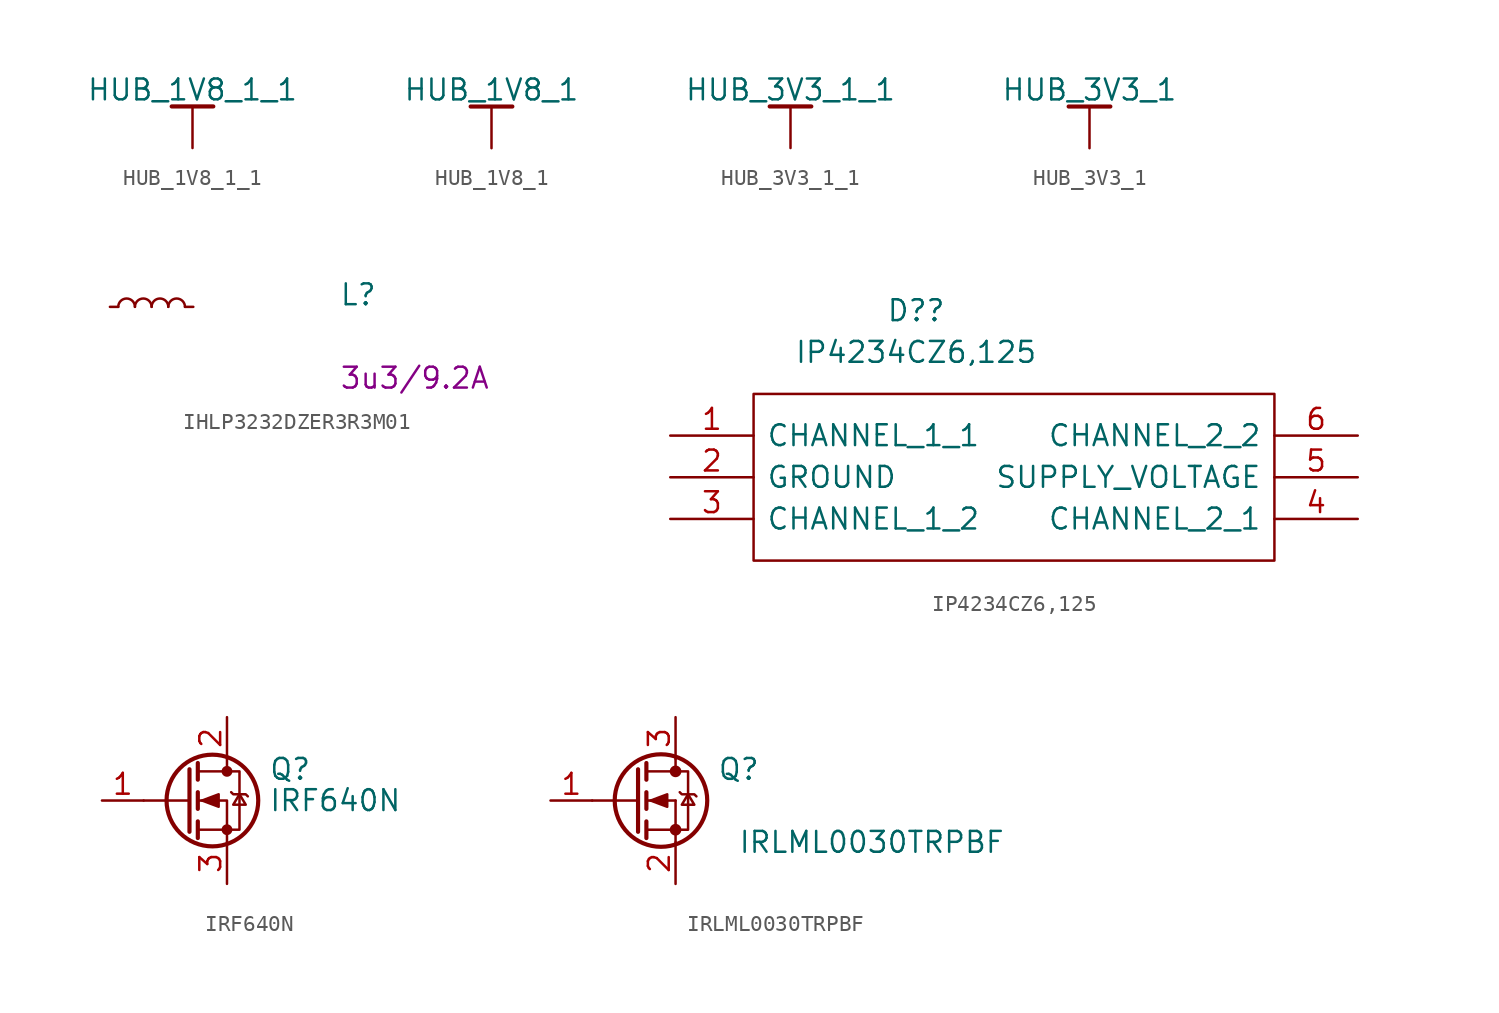
<source format=kicad_sym>
(kicad_symbol_lib
  (version 20231120)
  (generator "kicad_symbol_editor")
  (generator_version "8.0")
  (symbol "HUB_1V8_1_1"
    (power)
    (pin_names
      (offset 0))
    (property "Reference" "#PWR"
      (at -3.81 -3.81 0)
      (effects (font (size 1.27 1.27)) (hide yes)))
    (property "Value" "HUB_1V8_1_1"
      (at 0 3.556 0)
      (effects (font (size 1.27 1.27))))
    (symbol "HUB_1V8_1_1_0_1"
      (polyline (pts (xy 0 2.54) (xy 0 0)) (stroke (width 0) (type default)) (fill (type none)))
      (polyline (pts (xy 1.27 2.54) (xy -1.27 2.54)) (stroke (width 0.254) (type default)) (fill (type none))))
    (symbol "HUB_1V8_1_1_1_1"
      (pin power_in line (at 0 0 90) (length 0) hide (name "HUB_1V8" (effects (font (size 1.27 1.27)))) (number "1" (effects (font (size 1.27 1.27)))))))
  (symbol "HUB_1V8_1"
    (power)
    (pin_names
      (offset 0))
    (property "Reference" "#PWR"
      (at -3.81 -3.81 0)
      (effects (font (size 1.27 1.27)) (hide yes)))
    (property "Value" "HUB_1V8_1"
      (at 0 3.556 0)
      (effects (font (size 1.27 1.27))))
    (symbol "HUB_1V8_1_0_1"
      (polyline (pts (xy 0 2.54) (xy 0 0)) (stroke (width 0) (type default)) (fill (type none)))
      (polyline (pts (xy 1.27 2.54) (xy -1.27 2.54)) (stroke (width 0.254) (type default)) (fill (type none))))
    (symbol "HUB_1V8_1_1_1"
      (pin power_in line (at 0 0 90) (length 0) hide (name "HUB_1V8" (effects (font (size 1.27 1.27)))) (number "1" (effects (font (size 1.27 1.27)))))))
  (symbol "HUB_3V3_1_1"
    (power)
    (pin_names
      (offset 0))
    (property "Reference" "#PWR"
      (at 0 -3.81 0)
      (effects (font (size 1.27 1.27)) (hide yes)))
    (property "Value" "HUB_3V3_1_1"
      (at 0 3.556 0)
      (effects (font (size 1.27 1.27))))
    (symbol "HUB_3V3_1_1_0_1"
      (polyline (pts (xy 0 2.54) (xy 0 0)) (stroke (width 0) (type default)) (fill (type none)))
      (polyline (pts (xy 1.27 2.54) (xy -1.27 2.54)) (stroke (width 0.254) (type default)) (fill (type none))))
    (symbol "HUB_3V3_1_1_1_1"
      (pin power_in line (at 0 0 90) (length 0) hide (name "+HUB_3v3" (effects (font (size 1.27 1.27)))) (number "1" (effects (font (size 1.27 1.27)))))))
  (symbol "HUB_3V3_1"
    (power)
    (pin_names
      (offset 0))
    (property "Reference" "#PWR"
      (at 0 -3.81 0)
      (effects (font (size 1.27 1.27)) (hide yes)))
    (property "Value" "HUB_3V3_1"
      (at 0 3.556 0)
      (effects (font (size 1.27 1.27))))
    (symbol "HUB_3V3_1_0_1"
      (polyline (pts (xy 0 2.54) (xy 0 0)) (stroke (width 0) (type default)) (fill (type none)))
      (polyline (pts (xy 1.27 2.54) (xy -1.27 2.54)) (stroke (width 0.254) (type default)) (fill (type none))))
    (symbol "HUB_3V3_1_1_1"
      (pin power_in line (at 0 0 90) (length 0) hide (name "+HUB_3v3" (effects (font (size 1.27 1.27)))) (number "1" (effects (font (size 1.27 1.27)))))))
  (symbol "IHLP3232DZER3R3M01"
    (pin_numbers hide)
    (pin_names hide)
    (property "Reference" "L"
      (at 13.97 0 0)
      (effects (font (size 1.27 1.27) (thickness 0.15)) (justify left bottom)))
    (property "Val" "3u3/9.2A"
      (at 13.97 -5.08 0)
      (effects (font (size 1.27 1.27) (thickness 0.15)) (justify left bottom)))
    (symbol "IHLP3232DZER3R3M01_0_1"
      (arc (start 1.524 0) (mid 1.016 0.5058) (end 0.508 0) (stroke (width 0) (type default)) (fill (type none)))
      (arc (start 2.54 0) (mid 2.032 0.5058) (end 1.524 0) (stroke (width 0) (type default)) (fill (type none)))
      (arc (start 3.556 0) (mid 3.048 0.5058) (end 2.54 0) (stroke (width 0) (type default)) (fill (type none)))
      (arc (start 4.572 0) (mid 4.064 0.5058) (end 3.556 0) (stroke (width 0) (type default)) (fill (type none))))
    (symbol "IHLP3232DZER3R3M01_1_1"
      (pin passive line (at 0 0 0) (length 0.508) (name "~" (effects (font (size 1.27 1.27)))) (number "1" (effects (font (size 1.27 1.27)))))
      (pin passive line (at 5.08 0 180) (length 0.508) (name "~" (effects (font (size 1.27 1.27)))) (number "2" (effects (font (size 1.27 1.27)))))))
  (symbol "IP4234CZ6,125"
    (pin_names
      (offset 0.762))
    (property "Reference" "D?"
      (at 14.986 7.62 0)
      (effects (font (size 1.27 1.27))))
    (property "Value" "IP4234CZ6,125"
      (at 14.986 5.08 0)
      (effects (font (size 1.27 1.27))))
    (symbol "IP4234CZ6,125_0_0"
      (pin passive line (at 0 -2.54 0) (length 5.08) (name "GROUND" (effects (font (size 1.27 1.27)))) (number "2" (effects (font (size 1.27 1.27)))))
      (pin passive line (at 41.91 -2.54 180) (length 5.08) (name "SUPPLY_VOLTAGE" (effects (font (size 1.27 1.27)))) (number "5" (effects (font (size 1.27 1.27))))))
    (symbol "IP4234CZ6,125_0_1"
      (polyline (pts (xy 5.08 2.54) (xy 36.83 2.54) (xy 36.83 -7.62) (xy 5.08 -7.62) (xy 5.08 2.54)) (stroke (width 0.152) (type solid)) (fill (type none))))
    (symbol "IP4234CZ6,125_1_0"
      (pin passive line (at 0 0 0) (length 5.08) (name "CHANNEL_1_1" (effects (font (size 1.27 1.27)))) (number "1" (effects (font (size 1.27 1.27)))))
      (pin passive line (at 0 -5.08 0) (length 5.08) (name "CHANNEL_1_2" (effects (font (size 1.27 1.27)))) (number "3" (effects (font (size 1.27 1.27)))))
      (pin passive line (at 41.91 -5.08 180) (length 5.08) (name "CHANNEL_2_1" (effects (font (size 1.27 1.27)))) (number "4" (effects (font (size 1.27 1.27)))))
      (pin passive line (at 41.91 0 180) (length 5.08) (name "CHANNEL_2_2" (effects (font (size 1.27 1.27)))) (number "6" (effects (font (size 1.27 1.27)))))))
  (symbol "IRF640N"
    (pin_names hide)
    (property "Reference" "Q"
      (at 5.08 1.905 0)
      (effects (font (size 1.27 1.27)) (justify left)))
    (property "Value" "IRF640N"
      (at 5.08 0 0)
      (effects (font (size 1.27 1.27)) (justify left)))
    (symbol "IRF640N_0_1"
      (polyline (pts (xy 0.254 0) (xy -2.54 0)) (stroke (width 0) (type default)) (fill (type none)))
      (polyline (pts (xy 0.254 1.905) (xy 0.254 -1.905)) (stroke (width 0.254) (type default)) (fill (type none)))
      (polyline (pts (xy 0.762 -1.27) (xy 0.762 -2.286)) (stroke (width 0.254) (type default)) (fill (type none)))
      (polyline (pts (xy 0.762 0.508) (xy 0.762 -0.508)) (stroke (width 0.254) (type default)) (fill (type none)))
      (polyline (pts (xy 0.762 2.286) (xy 0.762 1.27)) (stroke (width 0.254) (type default)) (fill (type none)))
      (polyline (pts (xy 2.54 2.54) (xy 2.54 1.778)) (stroke (width 0) (type default)) (fill (type none)))
      (polyline (pts (xy 2.54 -2.54) (xy 2.54 0) (xy 0.762 0)) (stroke (width 0) (type default)) (fill (type none)))
      (polyline (pts (xy 0.762 -1.778) (xy 3.302 -1.778) (xy 3.302 1.778) (xy 0.762 1.778)) (stroke (width 0) (type default)) (fill (type none)))
      (polyline (pts (xy 1.016 0) (xy 2.032 0.381) (xy 2.032 -0.381) (xy 1.016 0)) (stroke (width 0) (type default)) (fill (type outline)))
      (polyline (pts (xy 2.794 0.508) (xy 2.921 0.381) (xy 3.683 0.381) (xy 3.81 0.254)) (stroke (width 0) (type default)) (fill (type none)))
      (polyline (pts (xy 3.302 0.381) (xy 2.921 -0.254) (xy 3.683 -0.254) (xy 3.302 0.381)) (stroke (width 0) (type default)) (fill (type none)))
      (circle (center 1.651 0) (radius 2.794) (stroke (width 0.254) (type default)) (fill (type none)))
      (circle (center 2.54 -1.778) (radius 0.254) (stroke (width 0) (type default)) (fill (type outline)))
      (circle (center 2.54 1.778) (radius 0.254) (stroke (width 0) (type default)) (fill (type outline))))
    (symbol "IRF640N_1_1"
      (pin input line (at -5.08 0 0) (length 2.54) (name "G" (effects (font (size 1.27 1.27)))) (number "1" (effects (font (size 1.27 1.27)))))
      (pin passive line (at 2.54 5.08 270) (length 2.54) (name "D" (effects (font (size 1.27 1.27)))) (number "2" (effects (font (size 1.27 1.27)))))
      (pin passive line (at 2.54 -5.08 90) (length 2.54) (name "S" (effects (font (size 1.27 1.27)))) (number "3" (effects (font (size 1.27 1.27)))))))
  (symbol "IRLML0030TRPBF"
    (pin_names
      (offset 0) hide)
    (property "Reference" "Q"
      (at 5.08 1.905 0)
      (effects (font (size 1.27 1.27)) (justify left)))
    (property "Value" "IRLML0030TRPBF"
      (at 6.35 -2.54 0)
      (effects (font (size 1.27 1.27)) (justify left)))
    (symbol "IRLML0030TRPBF_0_1"
      (polyline (pts (xy -2.54 0) (xy 0.254 0)) (stroke (width 0) (type solid)) (fill (type none)))
      (polyline (pts (xy 0.762 -1.778) (xy 2.54 -1.778)) (stroke (width 0) (type solid)) (fill (type none)))
      (polyline (pts (xy 0.762 -1.27) (xy 0.762 -2.286)) (stroke (width 0.254) (type solid)) (fill (type none)))
      (polyline (pts (xy 0.762 0) (xy 2.54 0)) (stroke (width 0) (type solid)) (fill (type none)))
      (polyline (pts (xy 0.762 0.508) (xy 0.762 -0.508)) (stroke (width 0.254) (type solid)) (fill (type none)))
      (polyline (pts (xy 0.762 1.778) (xy 2.54 1.778)) (stroke (width 0) (type solid)) (fill (type none)))
      (polyline (pts (xy 0.762 2.286) (xy 0.762 1.27)) (stroke (width 0.254) (type solid)) (fill (type none)))
      (polyline (pts (xy 2.54 -1.778) (xy 2.54 -2.54)) (stroke (width 0) (type solid)) (fill (type none)))
      (polyline (pts (xy 2.54 -1.778) (xy 2.54 0)) (stroke (width 0) (type solid)) (fill (type none)))
      (polyline (pts (xy 2.54 2.54) (xy 2.54 1.778)) (stroke (width 0) (type solid)) (fill (type none)))
      (polyline (pts (xy 0.254 1.905) (xy 0.254 -1.905) (xy 0.254 -1.905)) (stroke (width 0.254) (type solid)) (fill (type none)))
      (polyline (pts (xy 1.016 0) (xy 2.032 0.381) (xy 2.032 -0.381) (xy 1.016 0)) (stroke (width 0) (type solid)) (fill (type outline)))
      (polyline (pts (xy 2.54 -1.778) (xy 3.302 -1.778) (xy 3.302 1.778) (xy 2.54 1.778)) (stroke (width 0) (type solid)) (fill (type none)))
      (polyline (pts (xy 2.794 0.508) (xy 2.921 0.381) (xy 3.683 0.381) (xy 3.81 0.254)) (stroke (width 0) (type solid)) (fill (type none)))
      (polyline (pts (xy 3.302 0.381) (xy 2.921 -0.254) (xy 3.683 -0.254) (xy 3.302 0.381)) (stroke (width 0) (type solid)) (fill (type none)))
      (circle (center 1.651 0) (radius 2.819) (stroke (width 0.254) (type solid)) (fill (type none)))
      (circle (center 2.54 -1.778) (radius 0.279) (stroke (width 0) (type solid)) (fill (type outline)))
      (circle (center 2.54 1.778) (radius 0.279) (stroke (width 0) (type solid)) (fill (type outline))))
    (symbol "IRLML0030TRPBF_1_1"
      (pin input line (at -5.08 0 0) (length 2.54) (name "G" (effects (font (size 1.27 1.27)))) (number "1" (effects (font (size 1.27 1.27)))))
      (pin passive line (at 2.54 -5.08 90) (length 2.54) (name "S" (effects (font (size 1.27 1.27)))) (number "2" (effects (font (size 1.27 1.27)))))
      (pin passive line (at 2.54 5.08 270) (length 2.54) (name "D" (effects (font (size 1.27 1.27)))) (number "3" (effects (font (size 1.27 1.27))))))))
</source>
